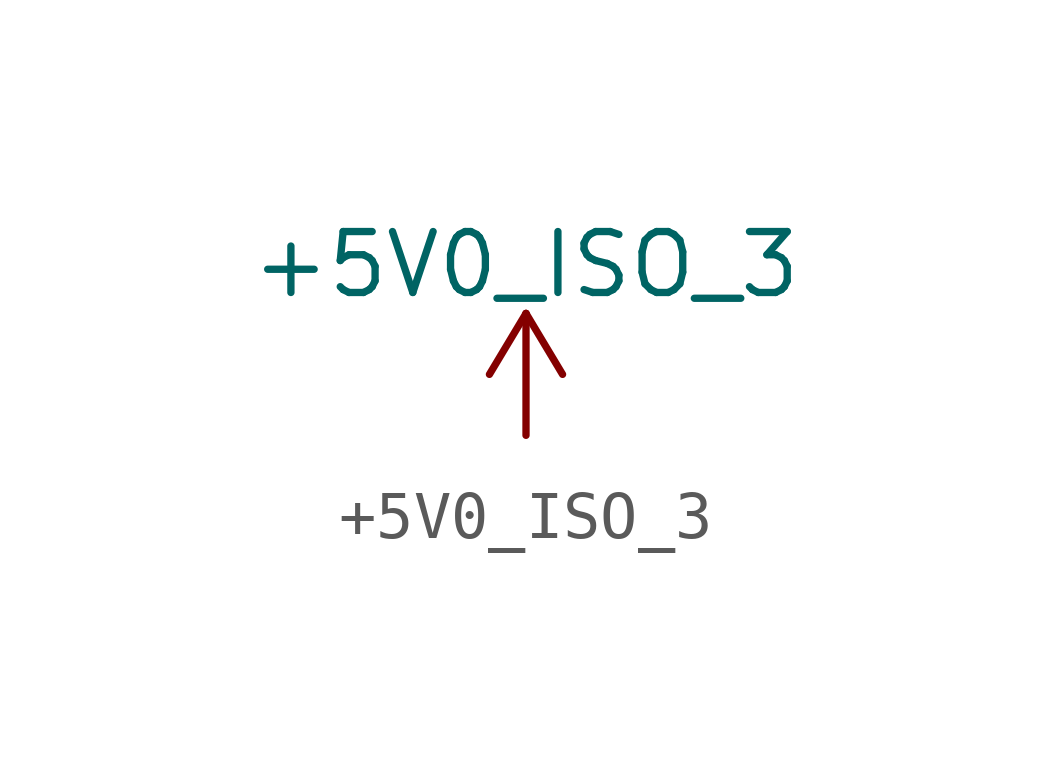
<source format=kicad_sym>
(kicad_symbol_lib
  (version 20220914)
  (generator kicad_symbol_editor)
  (symbol "+5V0_ISO_3"
    (power)
    (pin_names
      (offset 0))
    (property "Reference" "#PWR"
      (at 0 -3.81 0)
      (effects (font (size 1.27 1.27)) hide))
    (property "Value" "+5V0_ISO_3"
      (at 0 3.556 0)
      (effects (font (size 1.27 1.27))))
    (symbol "+5V0_ISO_3_0_1"
      (polyline (pts (xy -0.762 1.27) (xy 0 2.54)) (stroke (width 0) (type default)) (fill (type none)))
      (polyline (pts (xy 0 0) (xy 0 2.54)) (stroke (width 0) (type default)) (fill (type none)))
      (polyline (pts (xy 0 2.54) (xy 0.762 1.27)) (stroke (width 0) (type default)) (fill (type none))))
    (symbol "+5V0_ISO_3_1_1"
      (pin power_in line (at 0 0 0) (length 0) hide (name "+5V5_ISO_3" (effects (font (size 1.27 1.27)))) (number "1" (effects (font (size 1.27 1.27))))))))
</source>
